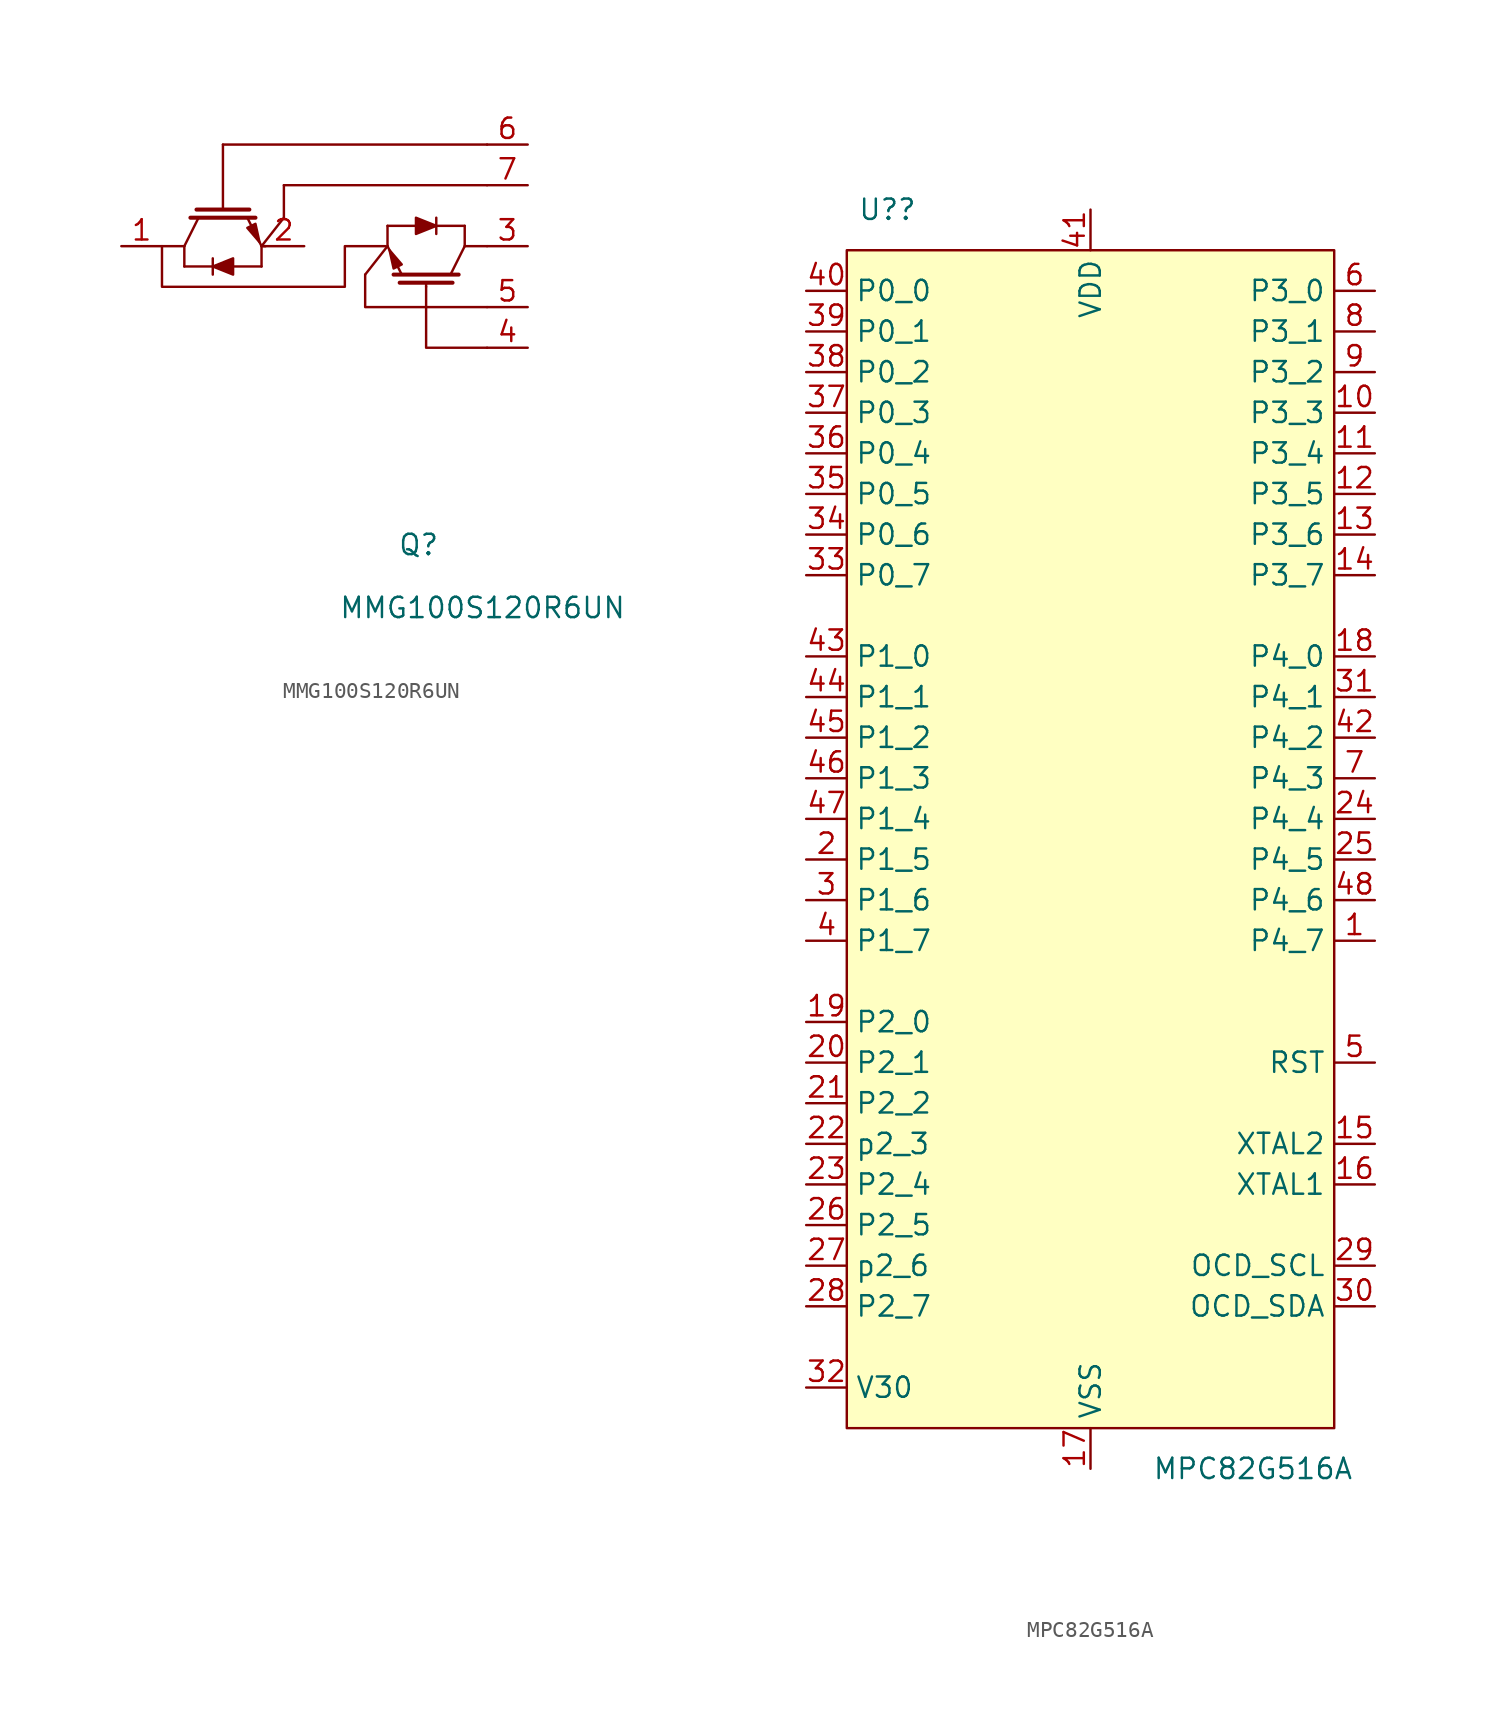
<source format=kicad_sym>
(kicad_symbol_lib
  (version 20220914)
  (generator kicad_symbol_editor)
  (symbol "MMG100S120R6UN"
    (pin_names
      (offset 0) hide)
    (property "Reference" "Q"
      (at 4.572 -18.669 0)
      (effects (font (size 1.27 1.27)) (justify left)))
    (property "Value" "MMG100S120R6UN"
      (at 0.889 -22.606 0)
      (effects (font (size 1.27 1.27)) (justify left)))
    (symbol "MMG100S120R6UN_0_1"
      (polyline (pts (xy -10.16 0) (xy -8.763 0)) (stroke (width 0) (type default)) (fill (type none)))
      (polyline (pts (xy -8.763 -1.27) (xy -3.937 -1.27)) (stroke (width 0) (type default)) (fill (type none)))
      (polyline (pts (xy -8.763 0) (xy -8.763 -1.27)) (stroke (width 0) (type default)) (fill (type none)))
      (polyline (pts (xy -6.985 -0.762) (xy -6.985 -1.778)) (stroke (width 0) (type default)) (fill (type none)))
      (polyline (pts (xy -6.35 6.35) (xy -6.35 2.286)) (stroke (width 0) (type default)) (fill (type none)))
      (polyline (pts (xy -6.35 6.35) (xy 10.16 6.35)) (stroke (width 0) (type default)) (fill (type none)))
      (polyline (pts (xy -3.937 0) (xy -3.937 -1.27)) (stroke (width 0) (type default)) (fill (type none)))
      (polyline (pts (xy -3.937 0) (xy -3.683 0)) (stroke (width 0) (type default)) (fill (type none)))
      (polyline (pts (xy 3.937 0) (xy 2.54 -1.778)) (stroke (width 0) (type default)) (fill (type none)))
      (polyline (pts (xy 3.937 0) (xy 3.937 1.27)) (stroke (width 0) (type default)) (fill (type none)))
      (polyline (pts (xy 6.35 -2.54) (xy 6.35 -2.286)) (stroke (width 0) (type default)) (fill (type none)))
      (polyline (pts (xy 6.985 0.762) (xy 6.985 1.778)) (stroke (width 0) (type default)) (fill (type none)))
      (polyline (pts (xy 8.763 0) (xy 8.763 1.27)) (stroke (width 0) (type default)) (fill (type none)))
      (polyline (pts (xy 8.763 1.27) (xy 3.937 1.27)) (stroke (width 0) (type default)) (fill (type none)))
      (polyline (pts (xy 10.16 0) (xy 8.763 0)) (stroke (width 0) (type default)) (fill (type none)))
      (polyline (pts (xy 6.35 -2.54) (xy 6.35 -6.35) (xy 10.16 -6.35)) (stroke (width 0) (type default)) (fill (type none)))
      (polyline (pts (xy -6.985 -1.27) (xy -5.715 -0.762) (xy -5.715 -1.778) (xy -6.985 -1.27)) (stroke (width 0) (type default)) (fill (type outline)))
      (polyline (pts (xy 6.985 1.27) (xy 5.715 0.762) (xy 5.715 1.778) (xy 6.985 1.27)) (stroke (width 0) (type default)) (fill (type outline)))
      (polyline (pts (xy 10.16 -3.81) (xy 2.54 -3.81) (xy 2.54 -1.778) (xy 2.54 -2.54)) (stroke (width 0) (type default)) (fill (type none))))
    (symbol "MMG100S120R6UN_1_1"
      (polyline (pts (xy -8.763 0) (xy -7.874 1.778)) (stroke (width 0) (type default)) (fill (type none)))
      (polyline (pts (xy -8.382 1.778) (xy -4.318 1.778)) (stroke (width 0.254) (type default)) (fill (type none)))
      (polyline (pts (xy -3.937 0) (xy -4.826 1.778)) (stroke (width 0) (type default)) (fill (type none)))
      (polyline (pts (xy -2.54 1.778) (xy -3.937 0)) (stroke (width 0) (type default)) (fill (type none)))
      (polyline (pts (xy -2.54 3.81) (xy -2.54 1.778)) (stroke (width 0) (type default)) (fill (type none)))
      (polyline (pts (xy 3.937 0) (xy 4.826 -1.778)) (stroke (width 0) (type default)) (fill (type none)))
      (polyline (pts (xy 8.382 -1.778) (xy 4.318 -1.778)) (stroke (width 0.254) (type default)) (fill (type none)))
      (polyline (pts (xy 8.763 0) (xy 7.874 -1.778)) (stroke (width 0) (type default)) (fill (type none)))
      (polyline (pts (xy 10.16 3.81) (xy -2.54 3.81)) (stroke (width 0) (type default)) (fill (type none)))
      (polyline (pts (xy -8.001 2.286) (xy -4.699 2.286) (xy -4.699 2.286)) (stroke (width 0.254) (type default)) (fill (type none)))
      (polyline (pts (xy 8.001 -2.286) (xy 4.699 -2.286) (xy 4.699 -2.286)) (stroke (width 0.254) (type default)) (fill (type none)))
      (polyline (pts (xy -4.318 1.397) (xy -4.826 1.143) (xy -4.064 0.254) (xy -4.318 1.397)) (stroke (width 0) (type default)) (fill (type outline)))
      (polyline (pts (xy 4.318 -1.397) (xy 4.826 -1.143) (xy 4.064 -0.254) (xy 4.318 -1.397)) (stroke (width 0) (type default)) (fill (type outline)))
      (polyline (pts (xy 3.81 0) (xy 1.27 0) (xy 1.27 -2.54) (xy -10.16 -2.54) (xy -10.16 0)) (stroke (width 0) (type default)) (fill (type none)))
      (pin passive line (at -12.7 0 0) (length 2.54) (name "C" (effects (font (size 1.27 1.27)))) (number "1" (effects (font (size 1.27 1.27)))))
      (pin passive line (at -1.27 0 180) (length 2.54) (name "E" (effects (font (size 1.27 1.27)))) (number "2" (effects (font (size 1.27 1.27)))))
      (pin passive line (at 12.7 0 180) (length 2.54) (name "C" (effects (font (size 1.27 1.27)))) (number "3" (effects (font (size 1.27 1.27)))))
      (pin input line (at 12.7 -6.35 180) (length 2.54) (name "G" (effects (font (size 1.27 1.27)))) (number "4" (effects (font (size 1.27 1.27)))))
      (pin passive line (at 12.7 -3.81 180) (length 2.54) (name "E" (effects (font (size 1.27 1.27)))) (number "5" (effects (font (size 1.27 1.27)))))
      (pin input line (at 12.7 6.35 180) (length 2.54) (name "G" (effects (font (size 1.27 1.27)))) (number "6" (effects (font (size 1.27 1.27)))))
      (pin input line (at 12.7 3.81 180) (length 2.54) (name "G" (effects (font (size 1.27 1.27)))) (number "7" (effects (font (size 1.27 1.27)))))))
  (symbol "MPC82G516A"
    (property "Reference" "U?"
      (at -12.7 39.37 0)
      (effects (font (size 1.27 1.27))))
    (property "Value" "MPC82G516A"
      (at 10.16 -39.37 0)
      (effects (font (size 1.27 1.27))))
    (symbol "MPC82G516A_0_0"
      (pin bidirectional line (at 17.78 -6.35 180) (length 2.54) (name "P4_7" (effects (font (size 1.27 1.27)))) (number "1" (effects (font (size 1.27 1.27)))))
      (pin bidirectional line (at 17.78 24.13 180) (length 2.54) (name "P3_4" (effects (font (size 1.27 1.27)))) (number "11" (effects (font (size 1.27 1.27)))) (alternate "T0" bidirectional line) (alternate "T0CKO" bidirectional line))
      (pin bidirectional line (at 17.78 21.59 180) (length 2.54) (name "P3_5" (effects (font (size 1.27 1.27)))) (number "12" (effects (font (size 1.27 1.27)))) (alternate "ALE" bidirectional line) (alternate "S2CKO" bidirectional line) (alternate "T1" bidirectional line))
      (pin bidirectional line (at 17.78 16.51 180) (length 2.54) (name "P3_7" (effects (font (size 1.27 1.27)))) (number "14" (effects (font (size 1.27 1.27)))) (alternate "~{RD}" bidirectional line))
      (pin input line (at 17.78 -19.05 180) (length 2.54) (name "XTAL2" (effects (font (size 1.27 1.27)))) (number "15" (effects (font (size 1.27 1.27)))))
      (pin input line (at 17.78 -21.59 180) (length 2.54) (name "XTAL1" (effects (font (size 1.27 1.27)))) (number "16" (effects (font (size 1.27 1.27)))))
      (pin power_in line (at 0 -39.37 90) (length 2.54) (name "VSS" (effects (font (size 1.27 1.27)))) (number "17" (effects (font (size 1.27 1.27)))))
      (pin bidirectional line (at 17.78 11.43 180) (length 2.54) (name "P4_0" (effects (font (size 1.27 1.27)))) (number "18" (effects (font (size 1.27 1.27)))))
      (pin bidirectional line (at -17.78 -11.43 0) (length 2.54) (name "P2_0" (effects (font (size 1.27 1.27)))) (number "19" (effects (font (size 1.27 1.27)))) (alternate "A8" bidirectional line) (alternate "KBI0" bidirectional line))
      (pin bidirectional line (at -17.78 -1.27 0) (length 2.54) (name "P1_5" (effects (font (size 1.27 1.27)))) (number "2" (effects (font (size 1.27 1.27)))) (alternate "AIN5" bidirectional line) (alternate "CEX3" bidirectional line) (alternate "MOSI" bidirectional line))
      (pin bidirectional line (at -17.78 -13.97 0) (length 2.54) (name "P2_1" (effects (font (size 1.27 1.27)))) (number "20" (effects (font (size 1.27 1.27)))) (alternate "A9" bidirectional line) (alternate "KBI1" bidirectional line))
      (pin bidirectional line (at -17.78 -16.51 0) (length 2.54) (name "P2_2" (effects (font (size 1.27 1.27)))) (number "21" (effects (font (size 1.27 1.27)))) (alternate "A10" bidirectional line) (alternate "KBI2" bidirectional line))
      (pin bidirectional line (at -17.78 -19.05 0) (length 2.54) (name "p2_3" (effects (font (size 1.27 1.27)))) (number "22" (effects (font (size 1.27 1.27)))) (alternate "A11" bidirectional line) (alternate "KBI3" bidirectional line))
      (pin bidirectional line (at -17.78 -21.59 0) (length 2.54) (name "P2_4" (effects (font (size 1.27 1.27)))) (number "23" (effects (font (size 1.27 1.27)))) (alternate "A12" bidirectional line) (alternate "KBI4" bidirectional line))
      (pin bidirectional line (at 17.78 1.27 180) (length 2.54) (name "P4_4" (effects (font (size 1.27 1.27)))) (number "24" (effects (font (size 1.27 1.27)))))
      (pin bidirectional line (at 17.78 -1.27 180) (length 2.54) (name "P4_5" (effects (font (size 1.27 1.27)))) (number "25" (effects (font (size 1.27 1.27)))))
      (pin bidirectional line (at -17.78 -24.13 0) (length 2.54) (name "P2_5" (effects (font (size 1.27 1.27)))) (number "26" (effects (font (size 1.27 1.27)))) (alternate "A13" bidirectional line) (alternate "KBI5" bidirectional line))
      (pin bidirectional line (at -17.78 -26.67 0) (length 2.54) (name "p2_6" (effects (font (size 1.27 1.27)))) (number "27" (effects (font (size 1.27 1.27)))) (alternate "A14" bidirectional line) (alternate "KBI6" bidirectional line))
      (pin bidirectional line (at -17.78 -29.21 0) (length 2.54) (name "P2_7" (effects (font (size 1.27 1.27)))) (number "28" (effects (font (size 1.27 1.27)))) (alternate "A15" bidirectional line) (alternate "KBI7" bidirectional line))
      (pin bidirectional line (at 17.78 -26.67 180) (length 2.54) (name "OCD_SCL" (effects (font (size 1.27 1.27)))) (number "29" (effects (font (size 1.27 1.27)))))
      (pin bidirectional line (at -17.78 -3.81 0) (length 2.54) (name "P1_6" (effects (font (size 1.27 1.27)))) (number "3" (effects (font (size 1.27 1.27)))) (alternate "AIN6" bidirectional line) (alternate "CEX4" bidirectional line) (alternate "MISO" bidirectional line))
      (pin bidirectional line (at 17.78 -29.21 180) (length 2.54) (name "OCD_SDA" (effects (font (size 1.27 1.27)))) (number "30" (effects (font (size 1.27 1.27)))))
      (pin bidirectional line (at 17.78 8.89 180) (length 2.54) (name "P4_1" (effects (font (size 1.27 1.27)))) (number "31" (effects (font (size 1.27 1.27)))) (alternate "ALE" bidirectional line))
      (pin power_in line (at -17.78 -34.29 0) (length 2.54) (name "V30" (effects (font (size 1.27 1.27)))) (number "32" (effects (font (size 1.27 1.27)))))
      (pin bidirectional line (at -17.78 16.51 0) (length 2.54) (name "P0_7" (effects (font (size 1.27 1.27)))) (number "33" (effects (font (size 1.27 1.27)))) (alternate "AD7" bidirectional line))
      (pin bidirectional line (at -17.78 19.05 0) (length 2.54) (name "P0_6" (effects (font (size 1.27 1.27)))) (number "34" (effects (font (size 1.27 1.27)))) (alternate "AD6" bidirectional line))
      (pin bidirectional line (at -17.78 21.59 0) (length 2.54) (name "P0_5" (effects (font (size 1.27 1.27)))) (number "35" (effects (font (size 1.27 1.27)))) (alternate "AD5" bidirectional line))
      (pin bidirectional line (at -17.78 24.13 0) (length 2.54) (name "P0_4" (effects (font (size 1.27 1.27)))) (number "36" (effects (font (size 1.27 1.27)))) (alternate "AD4" bidirectional line))
      (pin bidirectional line (at -17.78 26.67 0) (length 2.54) (name "P0_3" (effects (font (size 1.27 1.27)))) (number "37" (effects (font (size 1.27 1.27)))) (alternate "AD3" bidirectional line))
      (pin bidirectional line (at -17.78 29.21 0) (length 2.54) (name "P0_2" (effects (font (size 1.27 1.27)))) (number "38" (effects (font (size 1.27 1.27)))) (alternate "AD2" bidirectional line))
      (pin bidirectional line (at -17.78 31.75 0) (length 2.54) (name "P0_1" (effects (font (size 1.27 1.27)))) (number "39" (effects (font (size 1.27 1.27)))) (alternate "AD1" bidirectional line))
      (pin bidirectional line (at -17.78 -6.35 0) (length 2.54) (name "P1_7" (effects (font (size 1.27 1.27)))) (number "4" (effects (font (size 1.27 1.27)))) (alternate "AIN7" bidirectional line) (alternate "CEX5" bidirectional line) (alternate "SPICLK" bidirectional line))
      (pin bidirectional line (at -17.78 34.29 0) (length 2.54) (name "P0_0" (effects (font (size 1.27 1.27)))) (number "40" (effects (font (size 1.27 1.27)))) (alternate "AD0" bidirectional line))
      (pin power_in line (at 0 39.37 270) (length 2.54) (name "VDD" (effects (font (size 1.27 1.27)))) (number "41" (effects (font (size 1.27 1.27)))))
      (pin bidirectional line (at 17.78 6.35 180) (length 2.54) (name "P4_2" (effects (font (size 1.27 1.27)))) (number "42" (effects (font (size 1.27 1.27)))) (alternate "~{INT3}" bidirectional line))
      (pin bidirectional line (at -17.78 11.43 0) (length 2.54) (name "P1_0" (effects (font (size 1.27 1.27)))) (number "43" (effects (font (size 1.27 1.27)))) (alternate "AIN0" bidirectional line) (alternate "T2" bidirectional line) (alternate "T2CKO" bidirectional line))
      (pin bidirectional line (at -17.78 8.89 0) (length 2.54) (name "P1_1" (effects (font (size 1.27 1.27)))) (number "44" (effects (font (size 1.27 1.27)))) (alternate "AIN1" bidirectional line) (alternate "ECI" bidirectional line) (alternate "T2EX" bidirectional line))
      (pin bidirectional line (at -17.78 6.35 0) (length 2.54) (name "P1_2" (effects (font (size 1.27 1.27)))) (number "45" (effects (font (size 1.27 1.27)))) (alternate "AIN2" bidirectional line) (alternate "CEX0" bidirectional line) (alternate "S2RXD" bidirectional line))
      (pin bidirectional line (at -17.78 3.81 0) (length 2.54) (name "P1_3" (effects (font (size 1.27 1.27)))) (number "46" (effects (font (size 1.27 1.27)))) (alternate "AIN3" bidirectional line) (alternate "CEX1" bidirectional line) (alternate "S2TXD" bidirectional line))
      (pin bidirectional line (at -17.78 1.27 0) (length 2.54) (name "P1_4" (effects (font (size 1.27 1.27)))) (number "47" (effects (font (size 1.27 1.27)))) (alternate "AIN4" bidirectional line) (alternate "CEX2" bidirectional line) (alternate "~{SS}" bidirectional line))
      (pin bidirectional line (at 17.78 -3.81 180) (length 2.54) (name "P4_6" (effects (font (size 1.27 1.27)))) (number "48" (effects (font (size 1.27 1.27)))))
      (pin input line (at 17.78 -13.97 180) (length 2.54) (name "RST" (effects (font (size 1.27 1.27)))) (number "5" (effects (font (size 1.27 1.27)))))
      (pin bidirectional line (at 17.78 34.29 180) (length 2.54) (name "P3_0" (effects (font (size 1.27 1.27)))) (number "6" (effects (font (size 1.27 1.27)))) (alternate "RXD" bidirectional line))
      (pin bidirectional line (at 17.78 31.75 180) (length 2.54) (name "P3_1" (effects (font (size 1.27 1.27)))) (number "8" (effects (font (size 1.27 1.27)))) (alternate "TXD" bidirectional line)))
    (symbol "MPC82G516A_1_0"
      (pin bidirectional line (at 17.78 26.67 180) (length 2.54) (name "P3_3" (effects (font (size 1.27 1.27)))) (number "10" (effects (font (size 1.27 1.27)))) (alternate "~{INT1}" bidirectional line))
      (pin bidirectional line (at 17.78 19.05 180) (length 2.54) (name "P3_6" (effects (font (size 1.27 1.27)))) (number "13" (effects (font (size 1.27 1.27)))) (alternate "~{WR}" bidirectional line))
      (pin bidirectional line (at 17.78 3.81 180) (length 2.54) (name "P4_3" (effects (font (size 1.27 1.27)))) (number "7" (effects (font (size 1.27 1.27)))) (alternate "~{INT2}" bidirectional line))
      (pin bidirectional line (at 17.78 29.21 180) (length 2.54) (name "P3_2" (effects (font (size 1.27 1.27)))) (number "9" (effects (font (size 1.27 1.27)))) (alternate "~{INT0}" bidirectional line)))
    (symbol "MPC82G516A_1_1"
      (rectangle (start -15.24 36.83) (end 15.24 -36.83) (stroke (width 0) (type default)) (fill (type background))))))
</source>
